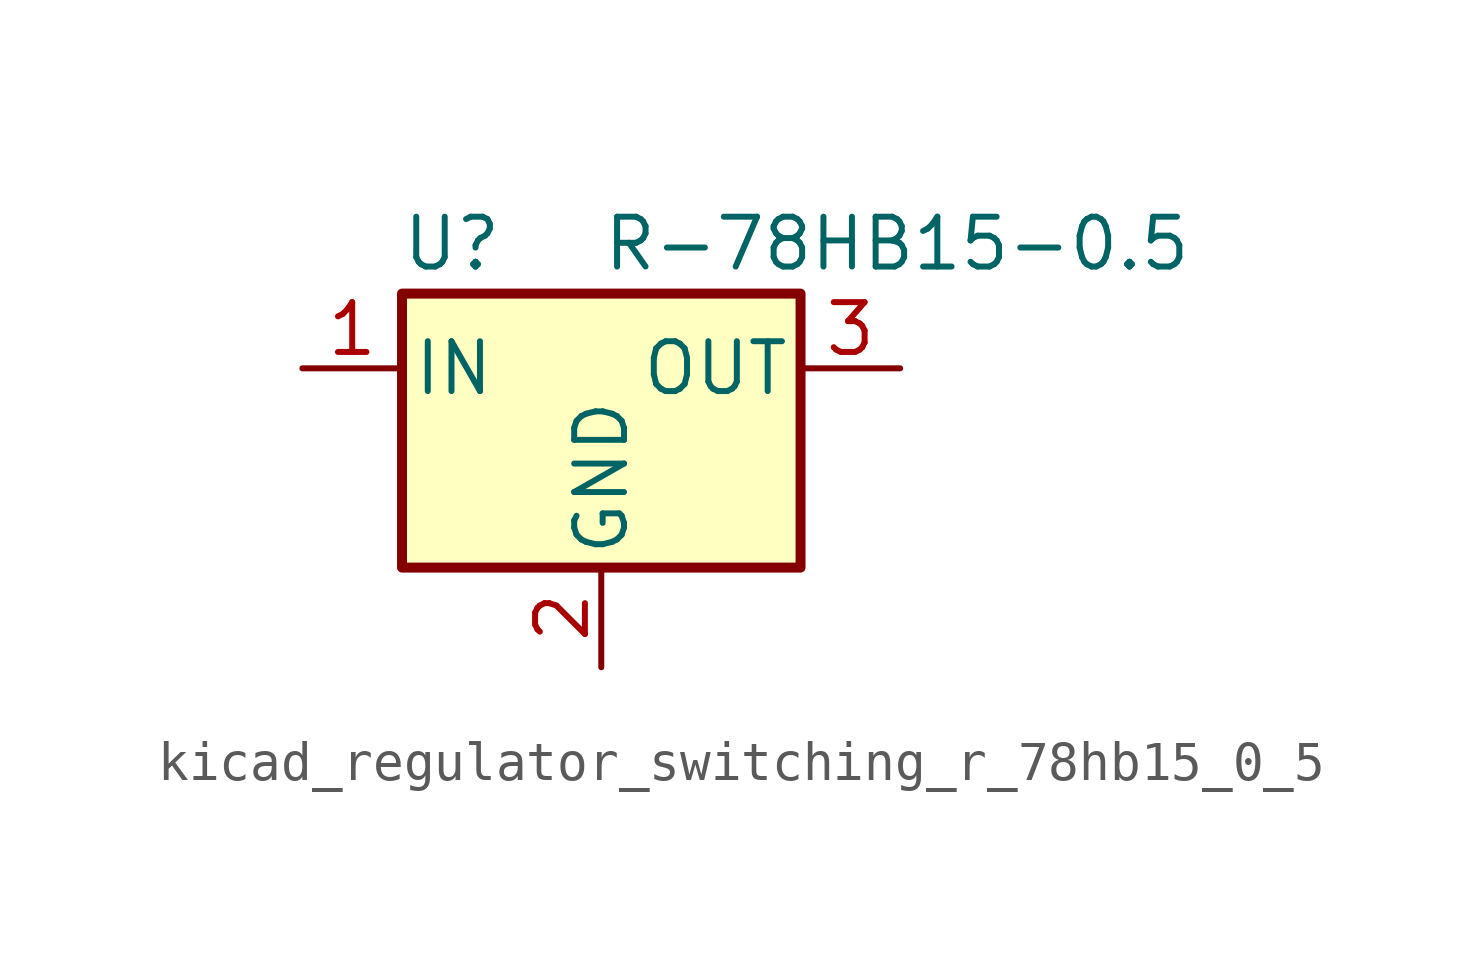
<source format=kicad_sym>
(kicad_symbol_lib
  (version 20220914)
  (generator kicad_symbol_editor)
  (symbol "kicad_regulator_switching_r_78hb15_0_5"
    (pin_names
      (offset 0.254))
    (property "Reference" "U"
      (at -3.81 3.175 0)
      (effects (font (size 1.27 1.27))))
    (property "Value" "R-78HB15-0.5"
      (at 0 3.175 0)
      (effects (font (size 1.27 1.27)) (justify left)))
    (symbol "kicad_regulator_switching_r_78hb15_0_5_0_1"
      (rectangle (start -5.08 1.905) (end 5.08 -5.08) (stroke (width 0.254) (type default)) (fill (type background))))
    (symbol "kicad_regulator_switching_r_78hb15_0_5_1_1"
      (pin power_in line (at -7.62 0 0) (length 2.54) (name "IN" (effects (font (size 1.27 1.27)))) (number "1" (effects (font (size 1.27 1.27)))))
      (pin power_in line (at 0 -7.62 90) (length 2.54) (name "GND" (effects (font (size 1.27 1.27)))) (number "2" (effects (font (size 1.27 1.27)))))
      (pin power_out line (at 7.62 0 180) (length 2.54) (name "OUT" (effects (font (size 1.27 1.27)))) (number "3" (effects (font (size 1.27 1.27))))))))
</source>
